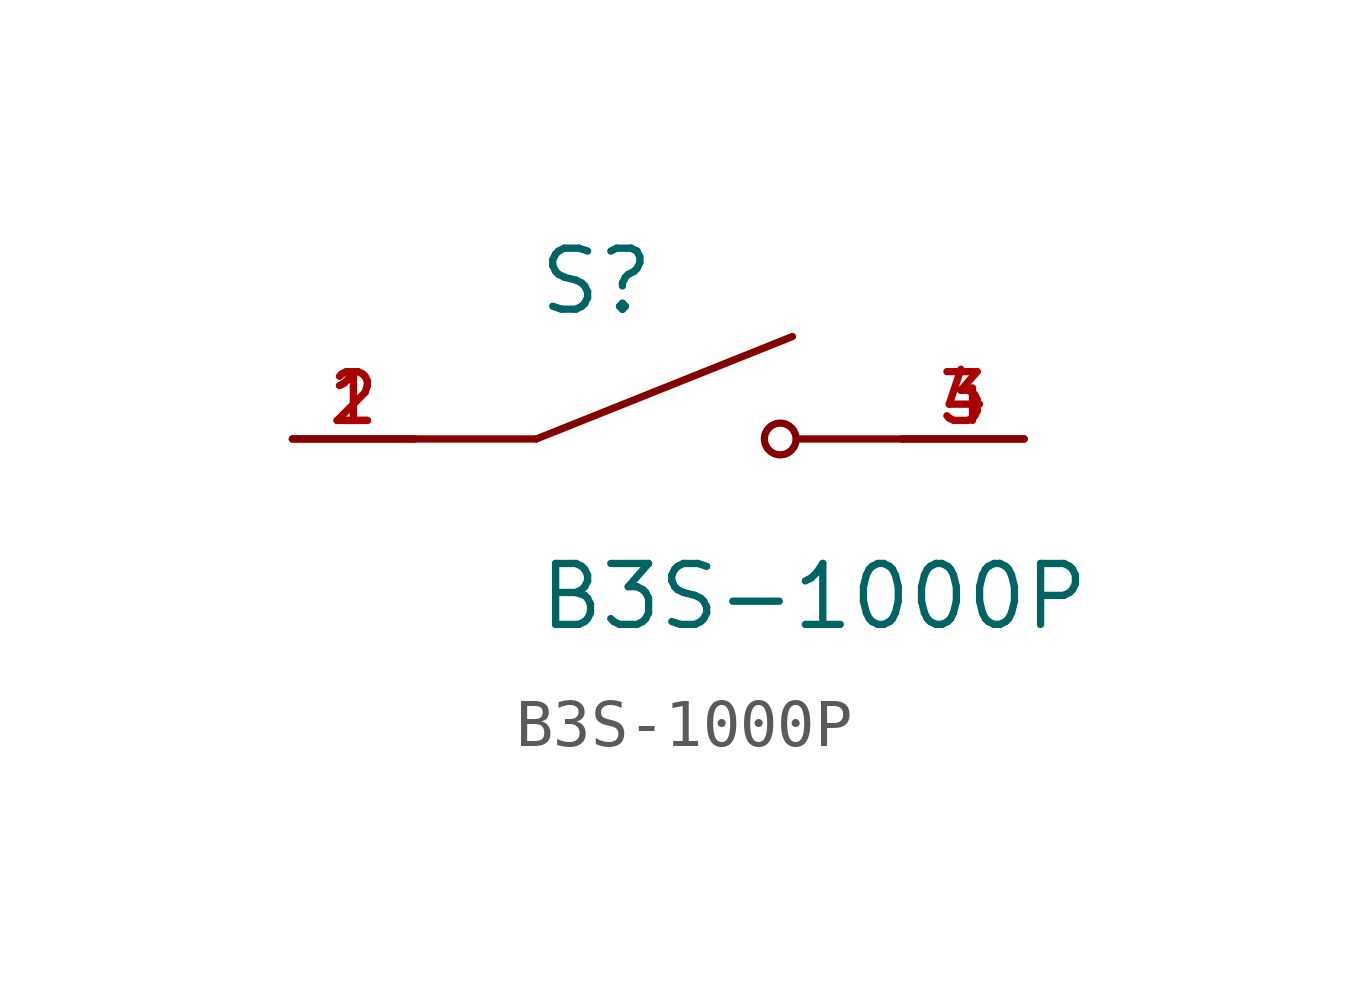
<source format=kicad_sym>
(kicad_symbol_lib
  (version 20211014)
  (generator kicad_symbol_editor)
  (symbol "B3S-1000P"
    (pin_names
      (offset 1.016))
    (property "Reference" "S"
      (at -2.54 2.54 0)
      (effects (font (size 1.27 1.27)) (justify bottom left)))
    (property "Value" "B3S-1000P"
      (at -2.54 -2.54 0)
      (effects (font (size 1.27 1.27)) (justify top left)))
    (symbol "B3S-1000P_0_0"
      (polyline (pts (xy -2.54 0.0) (xy 2.794 2.134)) (stroke (width 0.152)))
      (circle (center 2.54 0.0) (radius 0.33) (stroke (width 0.152)) (fill (type none)))
      (polyline (pts (xy 5.08 0.0) (xy 2.921 0.0)) (stroke (width 0.152)))
      (polyline (pts (xy -2.54 0.0) (xy -5.08 0.0)) (stroke (width 0.152)))
      (pin passive line (at -7.62 0.0 0) (length 2.54) (name "~" (effects (font (size 1.016 1.016)))) (number "1" (effects (font (size 1.016 1.016)))))
      (pin passive line (at -7.62 0.0 0) (length 2.54) (name "~" (effects (font (size 1.016 1.016)))) (number "2" (effects (font (size 1.016 1.016)))))
      (pin passive line (at 7.62 0.0 180.0) (length 2.54) (name "~" (effects (font (size 1.016 1.016)))) (number "3" (effects (font (size 1.016 1.016)))))
      (pin passive line (at 7.62 0.0 180.0) (length 2.54) (name "~" (effects (font (size 1.016 1.016)))) (number "4" (effects (font (size 1.016 1.016))))))))
</source>
